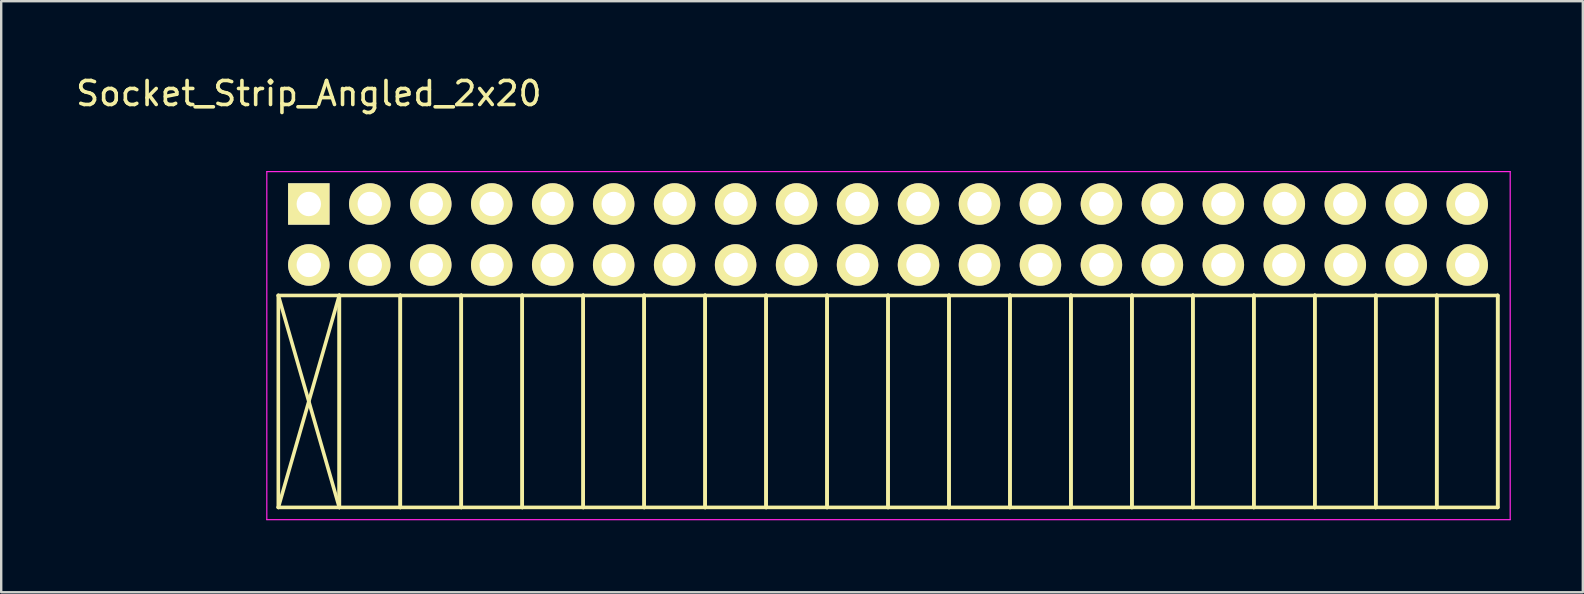
<source format=kicad_pcb>
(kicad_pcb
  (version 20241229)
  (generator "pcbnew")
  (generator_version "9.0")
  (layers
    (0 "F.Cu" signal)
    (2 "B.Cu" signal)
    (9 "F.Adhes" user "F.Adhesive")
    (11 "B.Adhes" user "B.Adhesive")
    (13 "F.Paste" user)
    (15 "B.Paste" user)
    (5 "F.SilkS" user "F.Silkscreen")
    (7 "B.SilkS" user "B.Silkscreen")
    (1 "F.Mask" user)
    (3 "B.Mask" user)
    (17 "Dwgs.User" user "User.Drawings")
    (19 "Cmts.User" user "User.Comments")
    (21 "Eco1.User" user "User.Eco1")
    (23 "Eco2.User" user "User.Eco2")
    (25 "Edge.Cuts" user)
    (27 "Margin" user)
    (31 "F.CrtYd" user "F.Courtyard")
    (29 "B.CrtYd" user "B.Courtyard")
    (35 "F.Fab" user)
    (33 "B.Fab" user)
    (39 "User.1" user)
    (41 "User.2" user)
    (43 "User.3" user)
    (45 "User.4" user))
  (footprint "Socket_Strip_Angled_2x20"
    (layer "F.Cu")
    (at 9.815 5.448)
    (property "Reference" "Socket_Strip_Angled_2x20" (at 0 -4.6 0) (layer "F.SilkS") (effects (font (size 1 1) (thickness 0.15))))
    (attr through_hole)
    (fp_line (start -1.27 3.81) (end -1.27 12.64) (stroke (width 0.15) (type solid)) (layer "F.SilkS"))
    (fp_line (start -1.27 3.81) (end 1.27 3.81) (stroke (width 0.15) (type solid)) (layer "F.SilkS"))
    (fp_line (start -1.27 3.81) (end 1.27 12.64) (stroke (width 0.15) (type solid)) (layer "F.SilkS"))
    (fp_line (start -1.27 12.64) (end 1.27 3.81) (stroke (width 0.15) (type solid)) (layer "F.SilkS"))
    (fp_line (start -1.27 12.64) (end 1.27 12.64) (stroke (width 0.15) (type solid)) (layer "F.SilkS"))
    (fp_line (start 1.27 3.81) (end 1.27 12.64) (stroke (width 0.15) (type solid)) (layer "F.SilkS"))
    (fp_line (start 1.27 3.81) (end 3.81 3.81) (stroke (width 0.15) (type solid)) (layer "F.SilkS"))
    (fp_line (start 1.27 12.64) (end 1.27 3.81) (stroke (width 0.15) (type solid)) (layer "F.SilkS"))
    (fp_line (start 1.27 12.64) (end 3.81 12.64) (stroke (width 0.15) (type solid)) (layer "F.SilkS"))
    (fp_line (start 3.81 3.81) (end 3.81 12.64) (stroke (width 0.15) (type solid)) (layer "F.SilkS"))
    (fp_line (start 3.81 3.81) (end 6.35 3.81) (stroke (width 0.15) (type solid)) (layer "F.SilkS"))
    (fp_line (start 3.81 12.64) (end 3.81 3.81) (stroke (width 0.15) (type solid)) (layer "F.SilkS"))
    (fp_line (start 3.81 12.64) (end 6.35 12.64) (stroke (width 0.15) (type solid)) (layer "F.SilkS"))
    (fp_line (start 6.35 3.81) (end 6.35 12.64) (stroke (width 0.15) (type solid)) (layer "F.SilkS"))
    (fp_line (start 6.35 3.81) (end 8.89 3.81) (stroke (width 0.15) (type solid)) (layer "F.SilkS"))
    (fp_line (start 6.35 12.64) (end 6.35 3.81) (stroke (width 0.15) (type solid)) (layer "F.SilkS"))
    (fp_line (start 6.35 12.64) (end 8.89 12.64) (stroke (width 0.15) (type solid)) (layer "F.SilkS"))
    (fp_line (start 8.89 3.81) (end 8.89 12.64) (stroke (width 0.15) (type solid)) (layer "F.SilkS"))
    (fp_line (start 8.89 3.81) (end 11.43 3.81) (stroke (width 0.15) (type solid)) (layer "F.SilkS"))
    (fp_line (start 8.89 12.64) (end 8.89 3.81) (stroke (width 0.15) (type solid)) (layer "F.SilkS"))
    (fp_line (start 8.89 12.64) (end 11.43 12.64) (stroke (width 0.15) (type solid)) (layer "F.SilkS"))
    (fp_line (start 11.43 3.81) (end 11.43 12.64) (stroke (width 0.15) (type solid)) (layer "F.SilkS"))
    (fp_line (start 11.43 3.81) (end 13.97 3.81) (stroke (width 0.15) (type solid)) (layer "F.SilkS"))
    (fp_line (start 11.43 12.64) (end 11.43 3.81) (stroke (width 0.15) (type solid)) (layer "F.SilkS"))
    (fp_line (start 11.43 12.64) (end 13.97 12.64) (stroke (width 0.15) (type solid)) (layer "F.SilkS"))
    (fp_line (start 13.97 3.81) (end 13.97 12.64) (stroke (width 0.15) (type solid)) (layer "F.SilkS"))
    (fp_line (start 13.97 3.81) (end 16.51 3.81) (stroke (width 0.15) (type solid)) (layer "F.SilkS"))
    (fp_line (start 13.97 12.64) (end 13.97 3.81) (stroke (width 0.15) (type solid)) (layer "F.SilkS"))
    (fp_line (start 13.97 12.64) (end 16.51 12.64) (stroke (width 0.15) (type solid)) (layer "F.SilkS"))
    (fp_line (start 16.51 3.81) (end 16.51 12.64) (stroke (width 0.15) (type solid)) (layer "F.SilkS"))
    (fp_line (start 16.51 3.81) (end 19.05 3.81) (stroke (width 0.15) (type solid)) (layer "F.SilkS"))
    (fp_line (start 16.51 12.64) (end 16.51 3.81) (stroke (width 0.15) (type solid)) (layer "F.SilkS"))
    (fp_line (start 16.51 12.64) (end 19.05 12.64) (stroke (width 0.15) (type solid)) (layer "F.SilkS"))
    (fp_line (start 19.05 3.81) (end 19.05 12.64) (stroke (width 0.15) (type solid)) (layer "F.SilkS"))
    (fp_line (start 19.05 3.81) (end 21.59 3.81) (stroke (width 0.15) (type solid)) (layer "F.SilkS"))
    (fp_line (start 19.05 12.64) (end 19.05 3.81) (stroke (width 0.15) (type solid)) (layer "F.SilkS"))
    (fp_line (start 19.05 12.64) (end 21.59 12.64) (stroke (width 0.15) (type solid)) (layer "F.SilkS"))
    (fp_line (start 21.59 3.81) (end 21.59 12.64) (stroke (width 0.15) (type solid)) (layer "F.SilkS"))
    (fp_line (start 21.59 3.81) (end 24.13 3.81) (stroke (width 0.15) (type solid)) (layer "F.SilkS"))
    (fp_line (start 21.59 12.64) (end 21.59 3.81) (stroke (width 0.15) (type solid)) (layer "F.SilkS"))
    (fp_line (start 21.59 12.64) (end 24.13 12.64) (stroke (width 0.15) (type solid)) (layer "F.SilkS"))
    (fp_line (start 24.13 3.81) (end 24.13 12.64) (stroke (width 0.15) (type solid)) (layer "F.SilkS"))
    (fp_line (start 24.13 3.81) (end 26.67 3.81) (stroke (width 0.15) (type solid)) (layer "F.SilkS"))
    (fp_line (start 24.13 12.64) (end 24.13 3.81) (stroke (width 0.15) (type solid)) (layer "F.SilkS"))
    (fp_line (start 24.13 12.64) (end 26.67 12.64) (stroke (width 0.15) (type solid)) (layer "F.SilkS"))
    (fp_line (start 26.67 3.81) (end 26.67 12.64) (stroke (width 0.15) (type solid)) (layer "F.SilkS"))
    (fp_line (start 26.67 3.81) (end 29.21 3.81) (stroke (width 0.15) (type solid)) (layer "F.SilkS"))
    (fp_line (start 26.67 12.64) (end 26.67 3.81) (stroke (width 0.15) (type solid)) (layer "F.SilkS"))
    (fp_line (start 26.67 12.64) (end 29.21 12.64) (stroke (width 0.15) (type solid)) (layer "F.SilkS"))
    (fp_line (start 29.21 3.81) (end 29.21 12.64) (stroke (width 0.15) (type solid)) (layer "F.SilkS"))
    (fp_line (start 29.21 3.81) (end 31.75 3.81) (stroke (width 0.15) (type solid)) (layer "F.SilkS"))
    (fp_line (start 29.21 12.64) (end 29.21 3.81) (stroke (width 0.15) (type solid)) (layer "F.SilkS"))
    (fp_line (start 29.21 12.64) (end 31.75 12.64) (stroke (width 0.15) (type solid)) (layer "F.SilkS"))
    (fp_line (start 31.75 3.81) (end 31.75 12.64) (stroke (width 0.15) (type solid)) (layer "F.SilkS"))
    (fp_line (start 31.75 3.81) (end 34.29 3.81) (stroke (width 0.15) (type solid)) (layer "F.SilkS"))
    (fp_line (start 31.75 12.64) (end 31.75 3.81) (stroke (width 0.15) (type solid)) (layer "F.SilkS"))
    (fp_line (start 31.75 12.64) (end 34.29 12.64) (stroke (width 0.15) (type solid)) (layer "F.SilkS"))
    (fp_line (start 34.29 3.81) (end 34.29 12.64) (stroke (width 0.15) (type solid)) (layer "F.SilkS"))
    (fp_line (start 34.29 3.81) (end 36.83 3.81) (stroke (width 0.15) (type solid)) (layer "F.SilkS"))
    (fp_line (start 34.29 12.64) (end 34.29 3.81) (stroke (width 0.15) (type solid)) (layer "F.SilkS"))
    (fp_line (start 34.29 12.64) (end 36.83 12.64) (stroke (width 0.15) (type solid)) (layer "F.SilkS"))
    (fp_line (start 36.83 3.81) (end 36.83 12.64) (stroke (width 0.15) (type solid)) (layer "F.SilkS"))
    (fp_line (start 36.83 3.81) (end 39.37 3.81) (stroke (width 0.15) (type solid)) (layer "F.SilkS"))
    (fp_line (start 36.83 12.64) (end 36.83 3.81) (stroke (width 0.15) (type solid)) (layer "F.SilkS"))
    (fp_line (start 36.83 12.64) (end 39.37 12.64) (stroke (width 0.15) (type solid)) (layer "F.SilkS"))
    (fp_line (start 39.37 3.81) (end 39.37 12.64) (stroke (width 0.15) (type solid)) (layer "F.SilkS"))
    (fp_line (start 39.37 3.81) (end 41.91 3.81) (stroke (width 0.15) (type solid)) (layer "F.SilkS"))
    (fp_line (start 39.37 12.64) (end 39.37 3.81) (stroke (width 0.15) (type solid)) (layer "F.SilkS"))
    (fp_line (start 39.37 12.64) (end 41.91 12.64) (stroke (width 0.15) (type solid)) (layer "F.SilkS"))
    (fp_line (start 41.91 3.81) (end 41.91 12.64) (stroke (width 0.15) (type solid)) (layer "F.SilkS"))
    (fp_line (start 41.91 3.81) (end 44.45 3.81) (stroke (width 0.15) (type solid)) (layer "F.SilkS"))
    (fp_line (start 41.91 12.64) (end 41.91 3.81) (stroke (width 0.15) (type solid)) (layer "F.SilkS"))
    (fp_line (start 41.91 12.64) (end 44.45 12.64) (stroke (width 0.15) (type solid)) (layer "F.SilkS"))
    (fp_line (start 44.45 3.81) (end 44.45 12.64) (stroke (width 0.15) (type solid)) (layer "F.SilkS"))
    (fp_line (start 44.45 3.81) (end 46.99 3.81) (stroke (width 0.15) (type solid)) (layer "F.SilkS"))
    (fp_line (start 44.45 12.64) (end 44.45 3.81) (stroke (width 0.15) (type solid)) (layer "F.SilkS"))
    (fp_line (start 44.45 12.64) (end 46.99 12.64) (stroke (width 0.15) (type solid)) (layer "F.SilkS"))
    (fp_line (start 46.99 3.81) (end 46.99 12.64) (stroke (width 0.15) (type solid)) (layer "F.SilkS"))
    (fp_line (start 46.99 3.81) (end 49.53 3.81) (stroke (width 0.15) (type solid)) (layer "F.SilkS"))
    (fp_line (start 46.99 12.64) (end 46.99 3.81) (stroke (width 0.15) (type solid)) (layer "F.SilkS"))
    (fp_line (start 46.99 12.64) (end 49.53 12.64) (stroke (width 0.15) (type solid)) (layer "F.SilkS"))
    (fp_line (start 49.53 3.81) (end 49.53 12.64) (stroke (width 0.15) (type solid)) (layer "F.SilkS"))
    (fp_line (start 49.53 12.64) (end 49.53 3.81) (stroke (width 0.15) (type solid)) (layer "F.SilkS"))
    (fp_line (start -1.75 -1.35) (end -1.75 13.15) (stroke (width 0.05) (type solid)) (layer "F.CrtYd"))
    (fp_line (start -1.75 -1.35) (end 50.05 -1.35) (stroke (width 0.05) (type solid)) (layer "F.CrtYd"))
    (fp_line (start -1.75 13.15) (end 50.05 13.15) (stroke (width 0.05) (type solid)) (layer "F.CrtYd"))
    (fp_line (start 50.05 -1.35) (end 50.05 13.15) (stroke (width 0.05) (type solid)) (layer "F.CrtYd"))
    (pad "1" thru_hole rect (at 0 0) (size 1.727 1.727) (drill 1.016) (layers "*.Cu" "*.Mask" "F.SilkS"))
    (pad "2" thru_hole oval (at 0 2.54) (size 1.727 1.727) (drill 1.016) (layers "*.Cu" "*.Mask" "F.SilkS"))
    (pad "3" thru_hole oval (at 2.54 0) (size 1.727 1.727) (drill 1.016) (layers "*.Cu" "*.Mask" "F.SilkS"))
    (pad "4" thru_hole oval (at 2.54 2.54) (size 1.727 1.727) (drill 1.016) (layers "*.Cu" "*.Mask" "F.SilkS"))
    (pad "5" thru_hole oval (at 5.08 0) (size 1.727 1.727) (drill 1.016) (layers "*.Cu" "*.Mask" "F.SilkS"))
    (pad "6" thru_hole oval (at 5.08 2.54) (size 1.727 1.727) (drill 1.016) (layers "*.Cu" "*.Mask" "F.SilkS"))
    (pad "7" thru_hole oval (at 7.62 0) (size 1.727 1.727) (drill 1.016) (layers "*.Cu" "*.Mask" "F.SilkS"))
    (pad "8" thru_hole oval (at 7.62 2.54) (size 1.727 1.727) (drill 1.016) (layers "*.Cu" "*.Mask" "F.SilkS"))
    (pad "9" thru_hole oval (at 10.16 0) (size 1.727 1.727) (drill 1.016) (layers "*.Cu" "*.Mask" "F.SilkS"))
    (pad "10" thru_hole oval (at 10.16 2.54) (size 1.727 1.727) (drill 1.016) (layers "*.Cu" "*.Mask" "F.SilkS"))
    (pad "11" thru_hole oval (at 12.7 0) (size 1.727 1.727) (drill 1.016) (layers "*.Cu" "*.Mask" "F.SilkS"))
    (pad "12" thru_hole oval (at 12.7 2.54) (size 1.727 1.727) (drill 1.016) (layers "*.Cu" "*.Mask" "F.SilkS"))
    (pad "13" thru_hole oval (at 15.24 0) (size 1.727 1.727) (drill 1.016) (layers "*.Cu" "*.Mask" "F.SilkS"))
    (pad "14" thru_hole oval (at 15.24 2.54) (size 1.727 1.727) (drill 1.016) (layers "*.Cu" "*.Mask" "F.SilkS"))
    (pad "15" thru_hole oval (at 17.78 0) (size 1.727 1.727) (drill 1.016) (layers "*.Cu" "*.Mask" "F.SilkS"))
    (pad "16" thru_hole oval (at 17.78 2.54) (size 1.727 1.727) (drill 1.016) (layers "*.Cu" "*.Mask" "F.SilkS"))
    (pad "17" thru_hole oval (at 20.32 0) (size 1.727 1.727) (drill 1.016) (layers "*.Cu" "*.Mask" "F.SilkS"))
    (pad "18" thru_hole oval (at 20.32 2.54) (size 1.727 1.727) (drill 1.016) (layers "*.Cu" "*.Mask" "F.SilkS"))
    (pad "19" thru_hole oval (at 22.86 0) (size 1.727 1.727) (drill 1.016) (layers "*.Cu" "*.Mask" "F.SilkS"))
    (pad "20" thru_hole oval (at 22.86 2.54) (size 1.727 1.727) (drill 1.016) (layers "*.Cu" "*.Mask" "F.SilkS"))
    (pad "21" thru_hole oval (at 25.4 0) (size 1.727 1.727) (drill 1.016) (layers "*.Cu" "*.Mask" "F.SilkS"))
    (pad "22" thru_hole oval (at 25.4 2.54) (size 1.727 1.727) (drill 1.016) (layers "*.Cu" "*.Mask" "F.SilkS"))
    (pad "23" thru_hole oval (at 27.94 0) (size 1.727 1.727) (drill 1.016) (layers "*.Cu" "*.Mask" "F.SilkS"))
    (pad "24" thru_hole oval (at 27.94 2.54) (size 1.727 1.727) (drill 1.016) (layers "*.Cu" "*.Mask" "F.SilkS"))
    (pad "25" thru_hole oval (at 30.48 0) (size 1.727 1.727) (drill 1.016) (layers "*.Cu" "*.Mask" "F.SilkS"))
    (pad "26" thru_hole oval (at 30.48 2.54) (size 1.727 1.727) (drill 1.016) (layers "*.Cu" "*.Mask" "F.SilkS"))
    (pad "27" thru_hole oval (at 33.02 0) (size 1.727 1.727) (drill 1.016) (layers "*.Cu" "*.Mask" "F.SilkS"))
    (pad "28" thru_hole oval (at 33.02 2.54) (size 1.727 1.727) (drill 1.016) (layers "*.Cu" "*.Mask" "F.SilkS"))
    (pad "29" thru_hole oval (at 35.56 0) (size 1.727 1.727) (drill 1.016) (layers "*.Cu" "*.Mask" "F.SilkS"))
    (pad "30" thru_hole oval (at 35.56 2.54) (size 1.727 1.727) (drill 1.016) (layers "*.Cu" "*.Mask" "F.SilkS"))
    (pad "31" thru_hole oval (at 38.1 0) (size 1.727 1.727) (drill 1.016) (layers "*.Cu" "*.Mask" "F.SilkS"))
    (pad "32" thru_hole oval (at 38.1 2.54) (size 1.727 1.727) (drill 1.016) (layers "*.Cu" "*.Mask" "F.SilkS"))
    (pad "33" thru_hole oval (at 40.64 0) (size 1.727 1.727) (drill 1.016) (layers "*.Cu" "*.Mask" "F.SilkS"))
    (pad "34" thru_hole oval (at 40.64 2.54) (size 1.727 1.727) (drill 1.016) (layers "*.Cu" "*.Mask" "F.SilkS"))
    (pad "35" thru_hole oval (at 43.18 0) (size 1.727 1.727) (drill 1.016) (layers "*.Cu" "*.Mask" "F.SilkS"))
    (pad "36" thru_hole oval (at 43.18 2.54) (size 1.727 1.727) (drill 1.016) (layers "*.Cu" "*.Mask" "F.SilkS"))
    (pad "37" thru_hole oval (at 45.72 0) (size 1.727 1.727) (drill 1.016) (layers "*.Cu" "*.Mask" "F.SilkS"))
    (pad "38" thru_hole oval (at 45.72 2.54) (size 1.727 1.727) (drill 1.016) (layers "*.Cu" "*.Mask" "F.SilkS"))
    (pad "39" thru_hole oval (at 48.26 0) (size 1.727 1.727) (drill 1.016) (layers "*.Cu" "*.Mask" "F.SilkS"))
    (pad "40" thru_hole oval (at 48.26 2.54) (size 1.727 1.727) (drill 1.016) (layers "*.Cu" "*.Mask" "F.SilkS")))
  (gr_rect
    (start -3 -3)
    (end 62.89 21.623)
    (stroke (width 0.1) (type default))
    (fill no)
    (layer "Edge.Cuts")))
</source>
